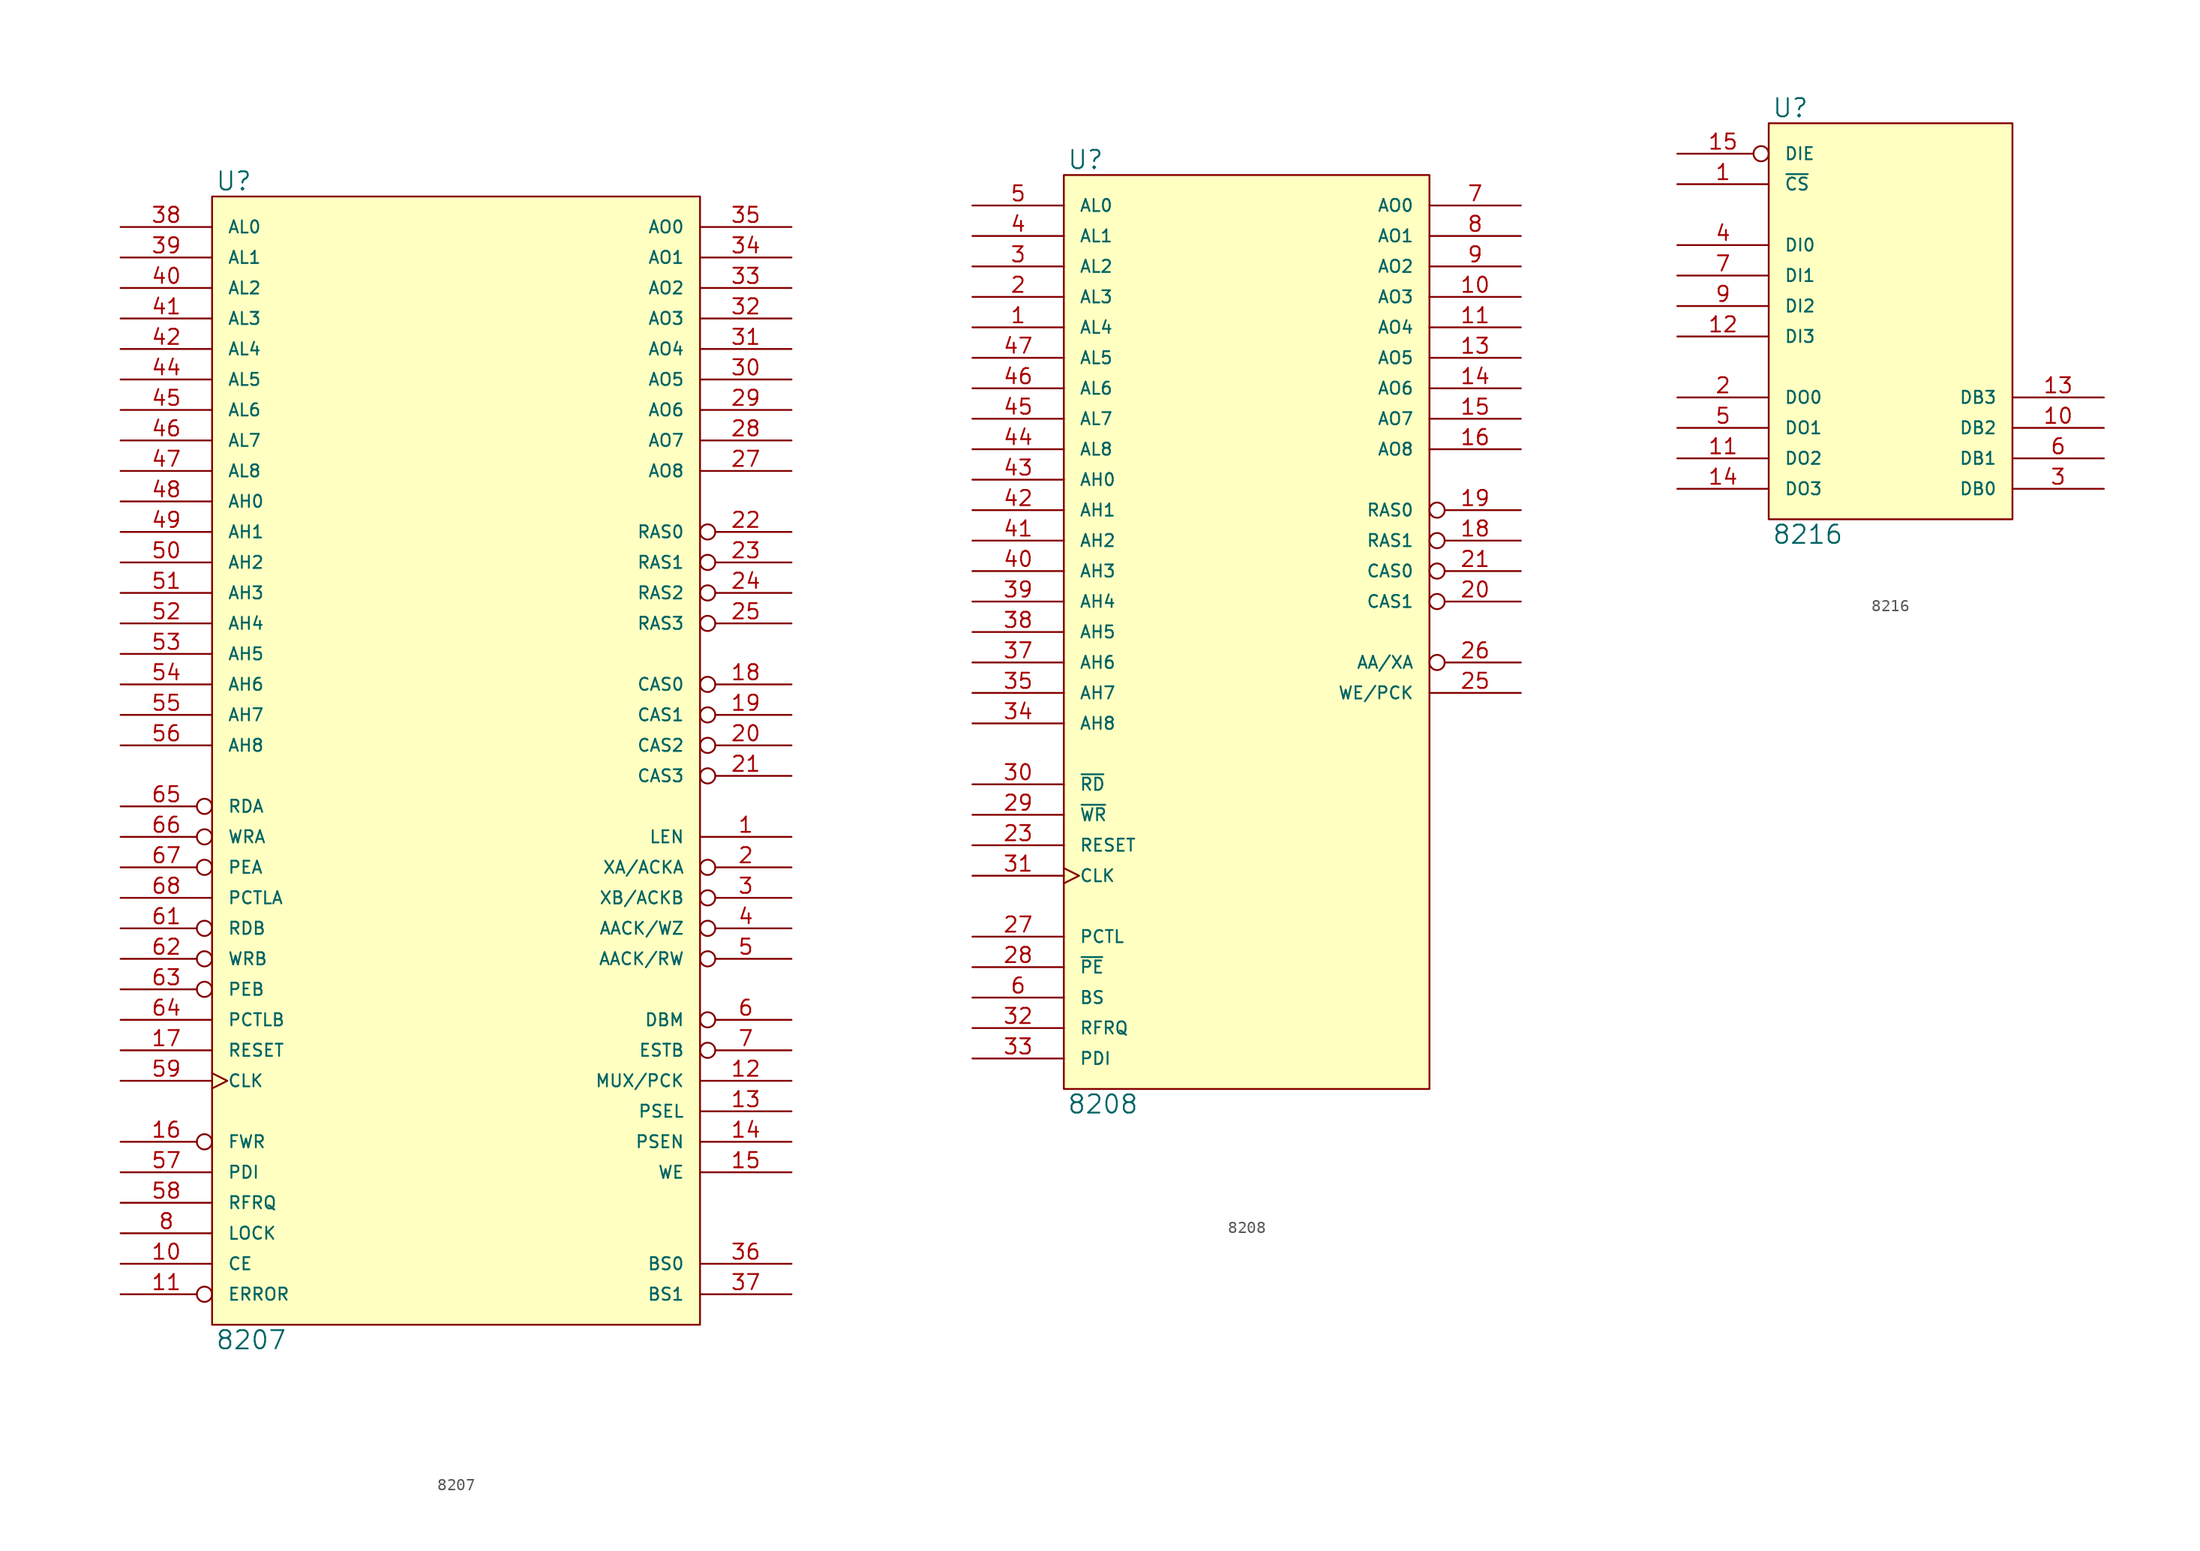
<source format=kicad_sym>
(kicad_symbol_lib
  (version 20231120)
  (generator "kicad_symbol_editor")
  (generator_version "8.0")
  (symbol "8207"
    (pin_names
      (offset 1.27))
    (property "Reference" "U"
      (at 0.254 0.381 0)
      (effects (font (size 1.524 1.524)) (justify left bottom)))
    (property "Value" "8207"
      (at 0.254 -94.361 0)
      (effects (font (size 1.524 1.524)) (justify left top)))
    (symbol "8207_0_1"
      (rectangle (start 0 0) (end 40.64 -93.98) (stroke (width 0) (type solid)) (fill (type background))))
    (symbol "8207_1_1"
      (pin output line (at 48.26 -53.34 180) (length 7.62) (name "LEN" (effects (font (size 1.016 1.016)))) (number "1" (effects (font (size 1.27 1.27)))))
      (pin input line (at -7.62 -88.9 0) (length 7.62) (name "CE" (effects (font (size 1.016 1.016)))) (number "10" (effects (font (size 1.27 1.27)))))
      (pin input inverted (at -7.62 -91.44 0) (length 7.62) (name "ERROR" (effects (font (size 1.016 1.016)))) (number "11" (effects (font (size 1.27 1.27)))))
      (pin output line (at 48.26 -73.66 180) (length 7.62) (name "MUX/PCK" (effects (font (size 1.016 1.016)))) (number "12" (effects (font (size 1.27 1.27)))))
      (pin output line (at 48.26 -76.2 180) (length 7.62) (name "PSEL" (effects (font (size 1.016 1.016)))) (number "13" (effects (font (size 1.27 1.27)))))
      (pin output line (at 48.26 -78.74 180) (length 7.62) (name "PSEN" (effects (font (size 1.016 1.016)))) (number "14" (effects (font (size 1.27 1.27)))))
      (pin output line (at 48.26 -81.28 180) (length 7.62) (name "WE" (effects (font (size 1.016 1.016)))) (number "15" (effects (font (size 1.27 1.27)))))
      (pin input inverted (at -7.62 -78.74 0) (length 7.62) (name "FWR" (effects (font (size 1.016 1.016)))) (number "16" (effects (font (size 1.27 1.27)))))
      (pin input line (at -7.62 -71.12 0) (length 7.62) (name "RESET" (effects (font (size 1.016 1.016)))) (number "17" (effects (font (size 1.27 1.27)))))
      (pin output inverted (at 48.26 -40.64 180) (length 7.62) (name "CAS0" (effects (font (size 1.016 1.016)))) (number "18" (effects (font (size 1.27 1.27)))))
      (pin output inverted (at 48.26 -43.18 180) (length 7.62) (name "CAS1" (effects (font (size 1.016 1.016)))) (number "19" (effects (font (size 1.27 1.27)))))
      (pin output inverted (at 48.26 -55.88 180) (length 7.62) (name "XA/ACKA" (effects (font (size 1.016 1.016)))) (number "2" (effects (font (size 1.27 1.27)))))
      (pin output inverted (at 48.26 -45.72 180) (length 7.62) (name "CAS2" (effects (font (size 1.016 1.016)))) (number "20" (effects (font (size 1.27 1.27)))))
      (pin output inverted (at 48.26 -48.26 180) (length 7.62) (name "CAS3" (effects (font (size 1.016 1.016)))) (number "21" (effects (font (size 1.27 1.27)))))
      (pin output inverted (at 48.26 -27.94 180) (length 7.62) (name "RAS0" (effects (font (size 1.016 1.016)))) (number "22" (effects (font (size 1.27 1.27)))))
      (pin output inverted (at 48.26 -30.48 180) (length 7.62) (name "RAS1" (effects (font (size 1.016 1.016)))) (number "23" (effects (font (size 1.27 1.27)))))
      (pin output inverted (at 48.26 -33.02 180) (length 7.62) (name "RAS2" (effects (font (size 1.016 1.016)))) (number "24" (effects (font (size 1.27 1.27)))))
      (pin output inverted (at 48.26 -35.56 180) (length 7.62) (name "RAS3" (effects (font (size 1.016 1.016)))) (number "25" (effects (font (size 1.27 1.27)))))
      (pin power_in line (at 0 -93.98 90) (length 0) hide (name "VSS" (effects (font (size 1.016 1.016)))) (number "26" (effects (font (size 1.27 1.27)))))
      (pin output line (at 48.26 -22.86 180) (length 7.62) (name "AO8" (effects (font (size 1.016 1.016)))) (number "27" (effects (font (size 1.27 1.27)))))
      (pin output line (at 48.26 -20.32 180) (length 7.62) (name "AO7" (effects (font (size 1.016 1.016)))) (number "28" (effects (font (size 1.27 1.27)))))
      (pin output line (at 48.26 -17.78 180) (length 7.62) (name "AO6" (effects (font (size 1.016 1.016)))) (number "29" (effects (font (size 1.27 1.27)))))
      (pin output inverted (at 48.26 -58.42 180) (length 7.62) (name "XB/ACKB" (effects (font (size 1.016 1.016)))) (number "3" (effects (font (size 1.27 1.27)))))
      (pin output line (at 48.26 -15.24 180) (length 7.62) (name "AO5" (effects (font (size 1.016 1.016)))) (number "30" (effects (font (size 1.27 1.27)))))
      (pin output line (at 48.26 -12.7 180) (length 7.62) (name "AO4" (effects (font (size 1.016 1.016)))) (number "31" (effects (font (size 1.27 1.27)))))
      (pin output line (at 48.26 -10.16 180) (length 7.62) (name "AO3" (effects (font (size 1.016 1.016)))) (number "32" (effects (font (size 1.27 1.27)))))
      (pin output line (at 48.26 -7.62 180) (length 7.62) (name "AO2" (effects (font (size 1.016 1.016)))) (number "33" (effects (font (size 1.27 1.27)))))
      (pin output line (at 48.26 -5.08 180) (length 7.62) (name "AO1" (effects (font (size 1.016 1.016)))) (number "34" (effects (font (size 1.27 1.27)))))
      (pin output line (at 48.26 -2.54 180) (length 7.62) (name "AO0" (effects (font (size 1.016 1.016)))) (number "35" (effects (font (size 1.27 1.27)))))
      (pin input line (at 48.26 -88.9 180) (length 7.62) (name "BS0" (effects (font (size 1.016 1.016)))) (number "36" (effects (font (size 1.27 1.27)))))
      (pin input line (at 48.26 -91.44 180) (length 7.62) (name "BS1" (effects (font (size 1.016 1.016)))) (number "37" (effects (font (size 1.27 1.27)))))
      (pin input line (at -7.62 -2.54 0) (length 7.62) (name "AL0" (effects (font (size 1.016 1.016)))) (number "38" (effects (font (size 1.27 1.27)))))
      (pin input line (at -7.62 -5.08 0) (length 7.62) (name "AL1" (effects (font (size 1.016 1.016)))) (number "39" (effects (font (size 1.27 1.27)))))
      (pin output inverted (at 48.26 -60.96 180) (length 7.62) (name "AACK/WZ" (effects (font (size 1.016 1.016)))) (number "4" (effects (font (size 1.27 1.27)))))
      (pin input line (at -7.62 -7.62 0) (length 7.62) (name "AL2" (effects (font (size 1.016 1.016)))) (number "40" (effects (font (size 1.27 1.27)))))
      (pin input line (at -7.62 -10.16 0) (length 7.62) (name "AL3" (effects (font (size 1.016 1.016)))) (number "41" (effects (font (size 1.27 1.27)))))
      (pin input line (at -7.62 -12.7 0) (length 7.62) (name "AL4" (effects (font (size 1.016 1.016)))) (number "42" (effects (font (size 1.27 1.27)))))
      (pin power_in line (at 15.24 0 270) (length 0) hide (name "VCC" (effects (font (size 1.016 1.016)))) (number "43" (effects (font (size 1.27 1.27)))))
      (pin input line (at -7.62 -15.24 0) (length 7.62) (name "AL5" (effects (font (size 1.016 1.016)))) (number "44" (effects (font (size 1.27 1.27)))))
      (pin input line (at -7.62 -17.78 0) (length 7.62) (name "AL6" (effects (font (size 1.016 1.016)))) (number "45" (effects (font (size 1.27 1.27)))))
      (pin input line (at -7.62 -20.32 0) (length 7.62) (name "AL7" (effects (font (size 1.016 1.016)))) (number "46" (effects (font (size 1.27 1.27)))))
      (pin input line (at -7.62 -22.86 0) (length 7.62) (name "AL8" (effects (font (size 1.016 1.016)))) (number "47" (effects (font (size 1.27 1.27)))))
      (pin input line (at -7.62 -25.4 0) (length 7.62) (name "AH0" (effects (font (size 1.016 1.016)))) (number "48" (effects (font (size 1.27 1.27)))))
      (pin input line (at -7.62 -27.94 0) (length 7.62) (name "AH1" (effects (font (size 1.016 1.016)))) (number "49" (effects (font (size 1.27 1.27)))))
      (pin output inverted (at 48.26 -63.5 180) (length 7.62) (name "AACK/RW" (effects (font (size 1.016 1.016)))) (number "5" (effects (font (size 1.27 1.27)))))
      (pin input line (at -7.62 -30.48 0) (length 7.62) (name "AH2" (effects (font (size 1.016 1.016)))) (number "50" (effects (font (size 1.27 1.27)))))
      (pin input line (at -7.62 -33.02 0) (length 7.62) (name "AH3" (effects (font (size 1.016 1.016)))) (number "51" (effects (font (size 1.27 1.27)))))
      (pin input line (at -7.62 -35.56 0) (length 7.62) (name "AH4" (effects (font (size 1.016 1.016)))) (number "52" (effects (font (size 1.27 1.27)))))
      (pin input line (at -7.62 -38.1 0) (length 7.62) (name "AH5" (effects (font (size 1.016 1.016)))) (number "53" (effects (font (size 1.27 1.27)))))
      (pin input line (at -7.62 -40.64 0) (length 7.62) (name "AH6" (effects (font (size 1.016 1.016)))) (number "54" (effects (font (size 1.27 1.27)))))
      (pin input line (at -7.62 -43.18 0) (length 7.62) (name "AH7" (effects (font (size 1.016 1.016)))) (number "55" (effects (font (size 1.27 1.27)))))
      (pin input line (at -7.62 -45.72 0) (length 7.62) (name "AH8" (effects (font (size 1.016 1.016)))) (number "56" (effects (font (size 1.27 1.27)))))
      (pin input line (at -7.62 -81.28 0) (length 7.62) (name "PDI" (effects (font (size 1.016 1.016)))) (number "57" (effects (font (size 1.27 1.27)))))
      (pin input line (at -7.62 -83.82 0) (length 7.62) (name "RFRQ" (effects (font (size 1.016 1.016)))) (number "58" (effects (font (size 1.27 1.27)))))
      (pin input clock (at -7.62 -73.66 0) (length 7.62) (name "CLK" (effects (font (size 1.016 1.016)))) (number "59" (effects (font (size 1.27 1.27)))))
      (pin output inverted (at 48.26 -68.58 180) (length 7.62) (name "DBM" (effects (font (size 1.016 1.016)))) (number "6" (effects (font (size 1.27 1.27)))))
      (pin power_in line (at 15.24 -93.98 90) (length 0) hide (name "VSS" (effects (font (size 1.016 1.016)))) (number "60" (effects (font (size 1.27 1.27)))))
      (pin input inverted (at -7.62 -60.96 0) (length 7.62) (name "RDB" (effects (font (size 1.016 1.016)))) (number "61" (effects (font (size 1.27 1.27)))))
      (pin input inverted (at -7.62 -63.5 0) (length 7.62) (name "WRB" (effects (font (size 1.016 1.016)))) (number "62" (effects (font (size 1.27 1.27)))))
      (pin input inverted (at -7.62 -66.04 0) (length 7.62) (name "PEB" (effects (font (size 1.016 1.016)))) (number "63" (effects (font (size 1.27 1.27)))))
      (pin input line (at -7.62 -68.58 0) (length 7.62) (name "PCTLB" (effects (font (size 1.016 1.016)))) (number "64" (effects (font (size 1.27 1.27)))))
      (pin input inverted (at -7.62 -50.8 0) (length 7.62) (name "RDA" (effects (font (size 1.016 1.016)))) (number "65" (effects (font (size 1.27 1.27)))))
      (pin input inverted (at -7.62 -53.34 0) (length 7.62) (name "WRA" (effects (font (size 1.016 1.016)))) (number "66" (effects (font (size 1.27 1.27)))))
      (pin input inverted (at -7.62 -55.88 0) (length 7.62) (name "PEA" (effects (font (size 1.016 1.016)))) (number "67" (effects (font (size 1.27 1.27)))))
      (pin input line (at -7.62 -58.42 0) (length 7.62) (name "PCTLA" (effects (font (size 1.016 1.016)))) (number "68" (effects (font (size 1.27 1.27)))))
      (pin output inverted (at 48.26 -71.12 180) (length 7.62) (name "ESTB" (effects (font (size 1.016 1.016)))) (number "7" (effects (font (size 1.27 1.27)))))
      (pin input line (at -7.62 -86.36 0) (length 7.62) (name "LOCK" (effects (font (size 1.016 1.016)))) (number "8" (effects (font (size 1.27 1.27)))))
      (pin power_in line (at 0 0 270) (length 0) hide (name "VCC" (effects (font (size 1.016 1.016)))) (number "9" (effects (font (size 1.27 1.27)))))))
  (symbol "8208"
    (pin_names
      (offset 1.27))
    (property "Reference" "U"
      (at 0.254 0.381 0)
      (effects (font (size 1.524 1.524)) (justify left bottom)))
    (property "Value" "8208"
      (at 0.254 -76.581 0)
      (effects (font (size 1.524 1.524)) (justify left top)))
    (symbol "8208_0_1"
      (rectangle (start 0 0) (end 30.48 -76.2) (stroke (width 0) (type solid)) (fill (type background))))
    (symbol "8208_1_1"
      (pin input line (at -7.62 -12.7 0) (length 7.62) (name "AL4" (effects (font (size 1.016 1.016)))) (number "1" (effects (font (size 1.27 1.27)))))
      (pin output line (at 38.1 -10.16 180) (length 7.62) (name "AO3" (effects (font (size 1.016 1.016)))) (number "10" (effects (font (size 1.27 1.27)))))
      (pin output line (at 38.1 -12.7 180) (length 7.62) (name "AO4" (effects (font (size 1.016 1.016)))) (number "11" (effects (font (size 1.27 1.27)))))
      (pin power_in line (at 0 -76.2 90) (length 0) hide (name "VSS" (effects (font (size 1.016 1.016)))) (number "12" (effects (font (size 1.27 1.27)))))
      (pin output line (at 38.1 -15.24 180) (length 7.62) (name "AO5" (effects (font (size 1.016 1.016)))) (number "13" (effects (font (size 1.27 1.27)))))
      (pin output line (at 38.1 -17.78 180) (length 7.62) (name "AO6" (effects (font (size 1.016 1.016)))) (number "14" (effects (font (size 1.27 1.27)))))
      (pin output line (at 38.1 -20.32 180) (length 7.62) (name "AO7" (effects (font (size 1.016 1.016)))) (number "15" (effects (font (size 1.27 1.27)))))
      (pin output line (at 38.1 -22.86 180) (length 7.62) (name "AO8" (effects (font (size 1.016 1.016)))) (number "16" (effects (font (size 1.27 1.27)))))
      (pin power_in line (at 10.16 -76.2 90) (length 0) hide (name "VSS" (effects (font (size 1.016 1.016)))) (number "17" (effects (font (size 1.27 1.27)))))
      (pin output inverted (at 38.1 -30.48 180) (length 7.62) (name "RAS1" (effects (font (size 1.016 1.016)))) (number "18" (effects (font (size 1.27 1.27)))))
      (pin output inverted (at 38.1 -27.94 180) (length 7.62) (name "RAS0" (effects (font (size 1.016 1.016)))) (number "19" (effects (font (size 1.27 1.27)))))
      (pin input line (at -7.62 -10.16 0) (length 7.62) (name "AL3" (effects (font (size 1.016 1.016)))) (number "2" (effects (font (size 1.27 1.27)))))
      (pin output inverted (at 38.1 -35.56 180) (length 7.62) (name "CAS1" (effects (font (size 1.016 1.016)))) (number "20" (effects (font (size 1.27 1.27)))))
      (pin output inverted (at 38.1 -33.02 180) (length 7.62) (name "CAS0" (effects (font (size 1.016 1.016)))) (number "21" (effects (font (size 1.27 1.27)))))
      (pin power_in line (at 20.32 -76.2 90) (length 0) hide (name "VSS" (effects (font (size 1.016 1.016)))) (number "22" (effects (font (size 1.27 1.27)))))
      (pin input line (at -7.62 -55.88 0) (length 7.62) (name "RESET" (effects (font (size 1.016 1.016)))) (number "23" (effects (font (size 1.27 1.27)))))
      (pin power_in line (at 15.24 0 270) (length 0) hide (name "VCC" (effects (font (size 1.016 1.016)))) (number "24" (effects (font (size 1.27 1.27)))))
      (pin output line (at 38.1 -43.18 180) (length 7.62) (name "WE/PCK" (effects (font (size 1.016 1.016)))) (number "25" (effects (font (size 1.27 1.27)))))
      (pin output inverted (at 38.1 -40.64 180) (length 7.62) (name "AA/XA" (effects (font (size 1.016 1.016)))) (number "26" (effects (font (size 1.27 1.27)))))
      (pin input line (at -7.62 -63.5 0) (length 7.62) (name "PCTL" (effects (font (size 1.016 1.016)))) (number "27" (effects (font (size 1.27 1.27)))))
      (pin input line (at -7.62 -66.04 0) (length 7.62) (name "~{PE}" (effects (font (size 1.016 1.016)))) (number "28" (effects (font (size 1.27 1.27)))))
      (pin input line (at -7.62 -53.34 0) (length 7.62) (name "~{WR}" (effects (font (size 1.016 1.016)))) (number "29" (effects (font (size 1.27 1.27)))))
      (pin input line (at -7.62 -7.62 0) (length 7.62) (name "AL2" (effects (font (size 1.016 1.016)))) (number "3" (effects (font (size 1.27 1.27)))))
      (pin input line (at -7.62 -50.8 0) (length 7.62) (name "~{RD}" (effects (font (size 1.016 1.016)))) (number "30" (effects (font (size 1.27 1.27)))))
      (pin input clock (at -7.62 -58.42 0) (length 7.62) (name "CLK" (effects (font (size 1.016 1.016)))) (number "31" (effects (font (size 1.27 1.27)))))
      (pin input line (at -7.62 -71.12 0) (length 7.62) (name "RFRQ" (effects (font (size 1.016 1.016)))) (number "32" (effects (font (size 1.27 1.27)))))
      (pin input line (at -7.62 -73.66 0) (length 7.62) (name "PDI" (effects (font (size 1.016 1.016)))) (number "33" (effects (font (size 1.27 1.27)))))
      (pin input line (at -7.62 -45.72 0) (length 7.62) (name "AH8" (effects (font (size 1.016 1.016)))) (number "34" (effects (font (size 1.27 1.27)))))
      (pin input line (at -7.62 -43.18 0) (length 7.62) (name "AH7" (effects (font (size 1.016 1.016)))) (number "35" (effects (font (size 1.27 1.27)))))
      (pin power_in line (at 30.48 -76.2 90) (length 0) hide (name "VSS" (effects (font (size 1.016 1.016)))) (number "36" (effects (font (size 1.27 1.27)))))
      (pin input line (at -7.62 -40.64 0) (length 7.62) (name "AH6" (effects (font (size 1.016 1.016)))) (number "37" (effects (font (size 1.27 1.27)))))
      (pin input line (at -7.62 -38.1 0) (length 7.62) (name "AH5" (effects (font (size 1.016 1.016)))) (number "38" (effects (font (size 1.27 1.27)))))
      (pin input line (at -7.62 -35.56 0) (length 7.62) (name "AH4" (effects (font (size 1.016 1.016)))) (number "39" (effects (font (size 1.27 1.27)))))
      (pin input line (at -7.62 -5.08 0) (length 7.62) (name "AL1" (effects (font (size 1.016 1.016)))) (number "4" (effects (font (size 1.27 1.27)))))
      (pin input line (at -7.62 -33.02 0) (length 7.62) (name "AH3" (effects (font (size 1.016 1.016)))) (number "40" (effects (font (size 1.27 1.27)))))
      (pin input line (at -7.62 -30.48 0) (length 7.62) (name "AH2" (effects (font (size 1.016 1.016)))) (number "41" (effects (font (size 1.27 1.27)))))
      (pin input line (at -7.62 -27.94 0) (length 7.62) (name "AH1" (effects (font (size 1.016 1.016)))) (number "42" (effects (font (size 1.27 1.27)))))
      (pin input line (at -7.62 -25.4 0) (length 7.62) (name "AH0" (effects (font (size 1.016 1.016)))) (number "43" (effects (font (size 1.27 1.27)))))
      (pin input line (at -7.62 -22.86 0) (length 7.62) (name "AL8" (effects (font (size 1.016 1.016)))) (number "44" (effects (font (size 1.27 1.27)))))
      (pin input line (at -7.62 -20.32 0) (length 7.62) (name "AL7" (effects (font (size 1.016 1.016)))) (number "45" (effects (font (size 1.27 1.27)))))
      (pin input line (at -7.62 -17.78 0) (length 7.62) (name "AL6" (effects (font (size 1.016 1.016)))) (number "46" (effects (font (size 1.27 1.27)))))
      (pin input line (at -7.62 -15.24 0) (length 7.62) (name "AL5" (effects (font (size 1.016 1.016)))) (number "47" (effects (font (size 1.27 1.27)))))
      (pin power_in line (at 0 0 270) (length 0) hide (name "VCC" (effects (font (size 1.016 1.016)))) (number "48" (effects (font (size 1.27 1.27)))))
      (pin input line (at -7.62 -2.54 0) (length 7.62) (name "AL0" (effects (font (size 1.016 1.016)))) (number "5" (effects (font (size 1.27 1.27)))))
      (pin input line (at -7.62 -68.58 0) (length 7.62) (name "BS" (effects (font (size 1.016 1.016)))) (number "6" (effects (font (size 1.27 1.27)))))
      (pin output line (at 38.1 -2.54 180) (length 7.62) (name "AO0" (effects (font (size 1.016 1.016)))) (number "7" (effects (font (size 1.27 1.27)))))
      (pin output line (at 38.1 -5.08 180) (length 7.62) (name "AO1" (effects (font (size 1.016 1.016)))) (number "8" (effects (font (size 1.27 1.27)))))
      (pin output line (at 38.1 -7.62 180) (length 7.62) (name "AO2" (effects (font (size 1.016 1.016)))) (number "9" (effects (font (size 1.27 1.27)))))))
  (symbol "8216"
    (pin_names
      (offset 1.27))
    (property "Reference" "U"
      (at 0.254 0.381 0)
      (effects (font (size 1.524 1.524)) (justify left bottom)))
    (property "Value" "8216"
      (at 0.254 -33.401 0)
      (effects (font (size 1.524 1.524)) (justify left top)))
    (symbol "8216_0_1"
      (rectangle (start 0 0) (end 20.32 -33.02) (stroke (width 0) (type solid)) (fill (type background))))
    (symbol "8216_1_1"
      (pin input line (at -7.62 -5.08 0) (length 7.62) (name "~{CS}" (effects (font (size 1.016 1.016)))) (number "1" (effects (font (size 1.27 1.27)))))
      (pin tri_state line (at 27.94 -25.4 180) (length 7.62) (name "DB2" (effects (font (size 1.016 1.016)))) (number "10" (effects (font (size 1.27 1.27)))))
      (pin tri_state line (at -7.62 -27.94 0) (length 7.62) (name "DO2" (effects (font (size 1.016 1.016)))) (number "11" (effects (font (size 1.27 1.27)))))
      (pin input line (at -7.62 -17.78 0) (length 7.62) (name "DI3" (effects (font (size 1.016 1.016)))) (number "12" (effects (font (size 1.27 1.27)))))
      (pin tri_state line (at 27.94 -22.86 180) (length 7.62) (name "DB3" (effects (font (size 1.016 1.016)))) (number "13" (effects (font (size 1.27 1.27)))))
      (pin tri_state line (at -7.62 -30.48 0) (length 7.62) (name "DO3" (effects (font (size 1.016 1.016)))) (number "14" (effects (font (size 1.27 1.27)))))
      (pin input inverted (at -7.62 -2.54 0) (length 7.62) (name "DIE" (effects (font (size 1.016 1.016)))) (number "15" (effects (font (size 1.27 1.27)))))
      (pin power_in line (at 0 0 270) (length 0) hide (name "VCC" (effects (font (size 1.016 1.016)))) (number "16" (effects (font (size 1.27 1.27)))))
      (pin tri_state line (at -7.62 -22.86 0) (length 7.62) (name "DO0" (effects (font (size 1.016 1.016)))) (number "2" (effects (font (size 1.27 1.27)))))
      (pin tri_state line (at 27.94 -30.48 180) (length 7.62) (name "DB0" (effects (font (size 1.016 1.016)))) (number "3" (effects (font (size 1.27 1.27)))))
      (pin input line (at -7.62 -10.16 0) (length 7.62) (name "DI0" (effects (font (size 1.016 1.016)))) (number "4" (effects (font (size 1.27 1.27)))))
      (pin tri_state line (at -7.62 -25.4 0) (length 7.62) (name "DO1" (effects (font (size 1.016 1.016)))) (number "5" (effects (font (size 1.27 1.27)))))
      (pin tri_state line (at 27.94 -27.94 180) (length 7.62) (name "DB1" (effects (font (size 1.016 1.016)))) (number "6" (effects (font (size 1.27 1.27)))))
      (pin input line (at -7.62 -12.7 0) (length 7.62) (name "DI1" (effects (font (size 1.016 1.016)))) (number "7" (effects (font (size 1.27 1.27)))))
      (pin power_in line (at 0 -33.02 90) (length 0) hide (name "GND" (effects (font (size 1.016 1.016)))) (number "8" (effects (font (size 1.27 1.27)))))
      (pin input line (at -7.62 -15.24 0) (length 7.62) (name "DI2" (effects (font (size 1.016 1.016)))) (number "9" (effects (font (size 1.27 1.27))))))))
</source>
